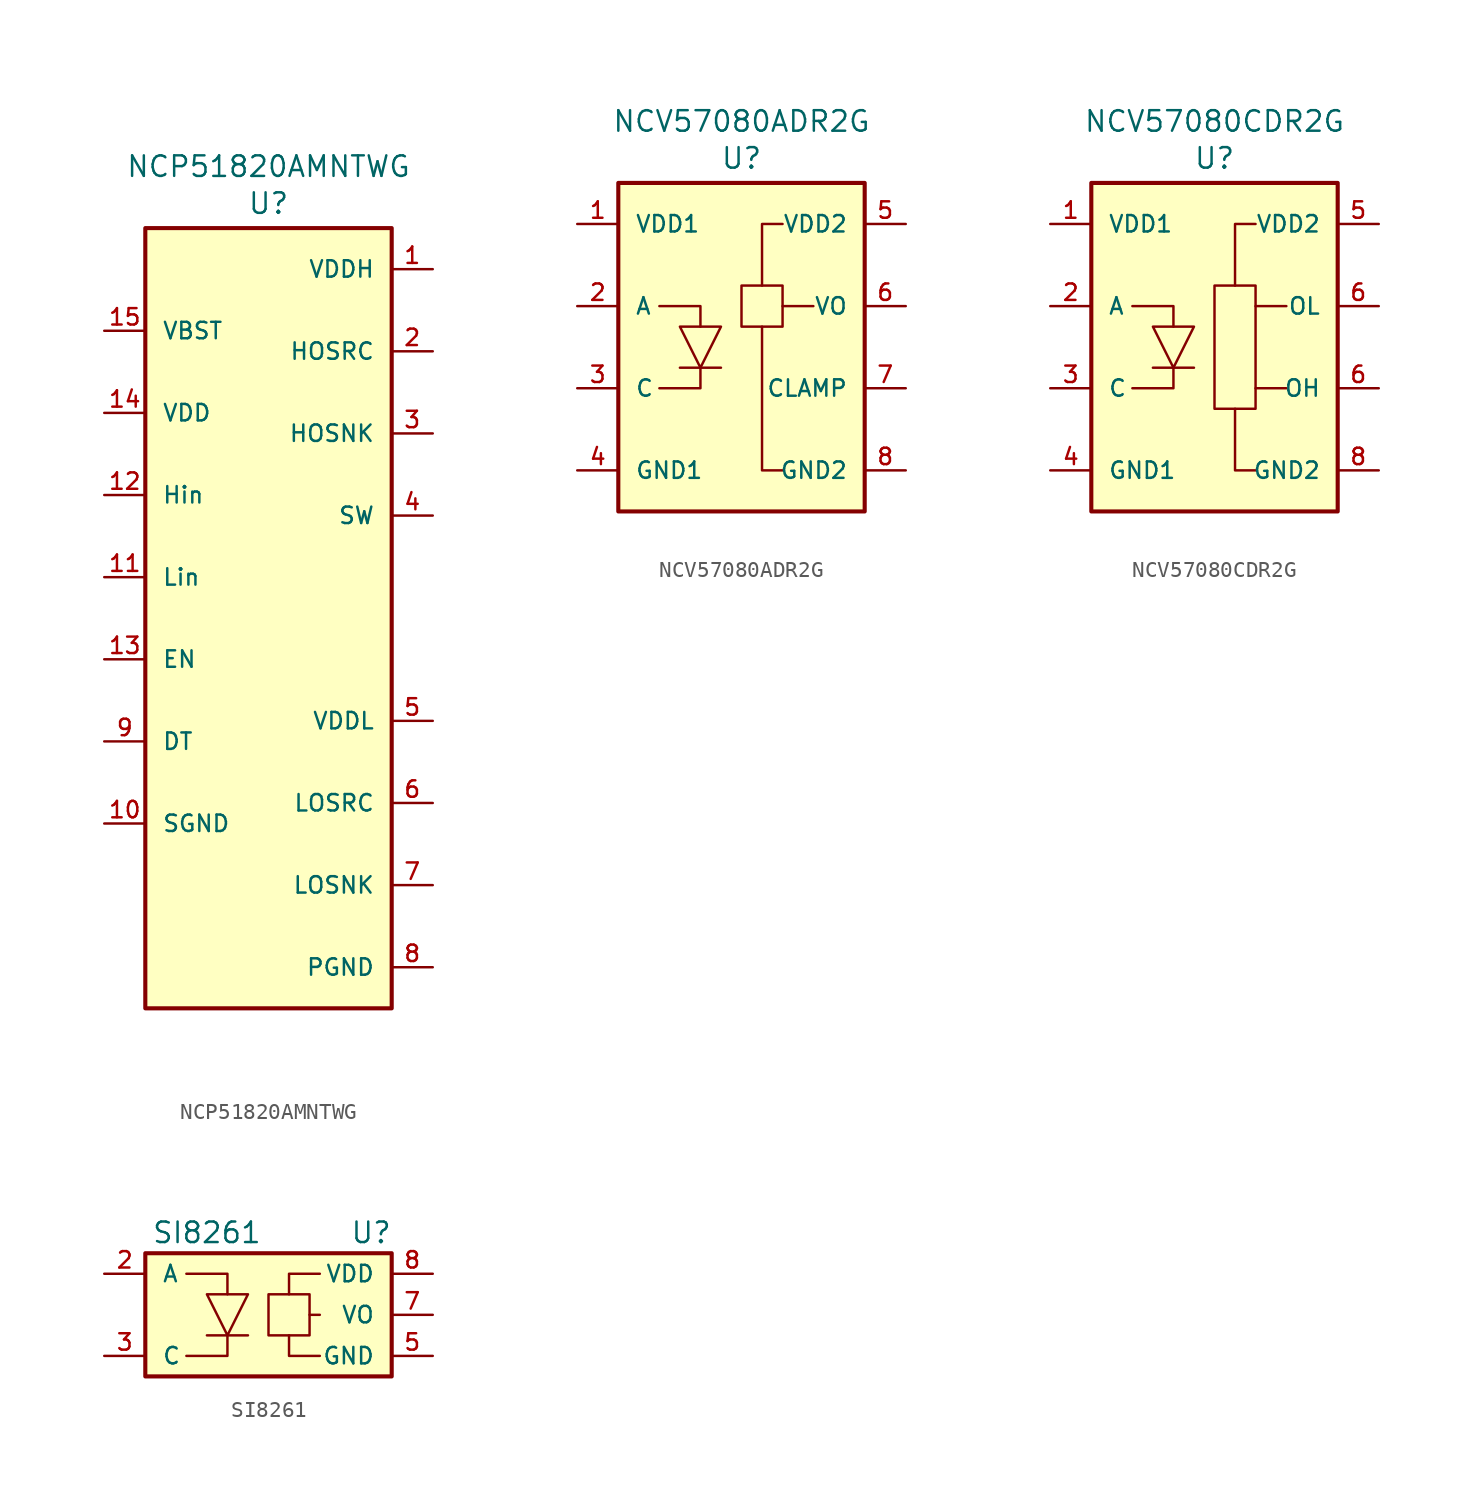
<source format=kicad_sym>
(kicad_symbol_lib
  (version 20231120)
  (generator "kicad_symbol_editor")
  (generator_version "8.0")
  (symbol "NCP51820AMNTWG"
    (pin_names
      (offset 1.016))
    (property "Reference" "U"
      (at 0 11.684 0)
      (effects (font (size 1.27 1.27))))
    (property "Value" "NCP51820AMNTWG"
      (at 0 13.97 0)
      (effects (font (size 1.27 1.27))))
    (symbol "NCP51820AMNTWG_0_0"
      (rectangle (start -7.62 10.16) (end 7.62 -38.1) (stroke (width 0.254) (type default)) (fill (type background))))
    (symbol "NCP51820AMNTWG_1_0"
      (pin output line (at 10.16 7.62 180) (length 2.54) (name "VDDH" (effects (font (size 1.016 1.016)))) (number "1" (effects (font (size 1.016 1.016)))))
      (pin power_in line (at -10.16 -26.67 0) (length 2.54) (name "SGND" (effects (font (size 1.016 1.016)))) (number "10" (effects (font (size 1.016 1.016)))))
      (pin input line (at -10.16 -11.43 0) (length 2.54) (name "Lin" (effects (font (size 1.016 1.016)))) (number "11" (effects (font (size 1.016 1.016)))))
      (pin input line (at -10.16 -6.35 0) (length 2.54) (name "Hin" (effects (font (size 1.016 1.016)))) (number "12" (effects (font (size 1.016 1.016)))))
      (pin input line (at -10.16 -16.51 0) (length 2.54) (name "EN" (effects (font (size 1.016 1.016)))) (number "13" (effects (font (size 1.016 1.016)))))
      (pin power_in line (at -10.16 -1.27 0) (length 2.54) (name "VDD" (effects (font (size 1.016 1.016)))) (number "14" (effects (font (size 1.016 1.016)))))
      (pin power_in line (at -10.16 3.81 0) (length 2.54) (name "VBST" (effects (font (size 1.016 1.016)))) (number "15" (effects (font (size 1.016 1.016)))))
      (pin output line (at 10.16 2.54 180) (length 2.54) (name "HOSRC" (effects (font (size 1.016 1.016)))) (number "2" (effects (font (size 1.016 1.016)))))
      (pin output line (at 10.16 -2.54 180) (length 2.54) (name "HOSNK" (effects (font (size 1.016 1.016)))) (number "3" (effects (font (size 1.016 1.016)))))
      (pin output line (at 10.16 -7.62 180) (length 2.54) (name "SW" (effects (font (size 1.016 1.016)))) (number "4" (effects (font (size 1.016 1.016)))))
      (pin output line (at 10.16 -20.32 180) (length 2.54) (name "VDDL" (effects (font (size 1.016 1.016)))) (number "5" (effects (font (size 1.016 1.016)))))
      (pin power_in line (at 10.16 -25.4 180) (length 2.54) (name "LOSRC" (effects (font (size 1.016 1.016)))) (number "6" (effects (font (size 1.016 1.016)))))
      (pin power_in line (at 10.16 -30.48 180) (length 2.54) (name "LOSNK" (effects (font (size 1.016 1.016)))) (number "7" (effects (font (size 1.016 1.016)))))
      (pin power_in line (at 10.16 -35.56 180) (length 2.54) (name "PGND" (effects (font (size 1.016 1.016)))) (number "8" (effects (font (size 1.016 1.016)))))
      (pin input line (at -10.16 -21.59 0) (length 2.54) (name "DT" (effects (font (size 1.016 1.016)))) (number "9" (effects (font (size 1.016 1.016)))))))
  (symbol "NCV57080ADR2G"
    (pin_names
      (offset 1.016))
    (property "Reference" "U"
      (at 0 11.684 0)
      (effects (font (size 1.27 1.27))))
    (property "Value" "NCV57080ADR2G"
      (at 0 13.97 0)
      (effects (font (size 1.27 1.27))))
    (symbol "NCV57080ADR2G_0_0"
      (rectangle (start -7.62 10.16) (end 7.62 -10.16) (stroke (width 0.254) (type default)) (fill (type background)))
      (pin input line (at -10.16 2.54 0) (length 2.54) (name "A" (effects (font (size 1.016 1.016)))) (number "2" (effects (font (size 1.016 1.016)))))
      (pin input line (at -10.16 -2.54 0) (length 2.54) (name "C" (effects (font (size 1.016 1.016)))) (number "3" (effects (font (size 1.016 1.016))))))
    (symbol "NCV57080ADR2G_0_1"
      (polyline (pts (xy -3.81 -1.27) (xy -1.27 -1.27)) (stroke (width 0) (type default)) (fill (type none)))
      (polyline (pts (xy 2.54 2.54) (xy 4.445 2.54)) (stroke (width 0) (type default)) (fill (type none)))
      (polyline (pts (xy -5.08 -2.54) (xy -2.54 -2.54) (xy -2.54 -1.27)) (stroke (width 0) (type default)) (fill (type none)))
      (polyline (pts (xy -5.08 2.54) (xy -2.54 2.54) (xy -2.54 1.27)) (stroke (width 0) (type default)) (fill (type none)))
      (polyline (pts (xy 1.27 1.27) (xy 1.27 -7.62) (xy 2.54 -7.62)) (stroke (width 0) (type default)) (fill (type none)))
      (polyline (pts (xy 1.27 3.81) (xy 1.27 7.62) (xy 2.54 7.62)) (stroke (width 0) (type default)) (fill (type none)))
      (polyline (pts (xy -3.81 1.27) (xy -1.27 1.27) (xy -2.54 -1.27) (xy -3.81 1.27)) (stroke (width 0) (type default)) (fill (type none)))
      (rectangle (start 0 3.81) (end 2.54 1.27) (stroke (width 0) (type default)) (fill (type none))))
    (symbol "NCV57080ADR2G_1_0"
      (pin input line (at -10.16 7.62 0) (length 2.54) (name "VDD1" (effects (font (size 1.016 1.016)))) (number "1" (effects (font (size 1.016 1.016)))))
      (pin input line (at -10.16 -7.62 0) (length 2.54) (name "GND1" (effects (font (size 1.016 1.016)))) (number "4" (effects (font (size 1.016 1.016)))))
      (pin power_in line (at 10.16 7.62 180) (length 2.54) (name "VDD2" (effects (font (size 1.016 1.016)))) (number "5" (effects (font (size 1.016 1.016)))))
      (pin output line (at 10.16 2.54 180) (length 2.54) (name "VO" (effects (font (size 1.016 1.016)))) (number "6" (effects (font (size 1.016 1.016)))))
      (pin bidirectional line (at 10.16 -2.54 180) (length 2.54) (name "CLAMP" (effects (font (size 1.016 1.016)))) (number "7" (effects (font (size 1.016 1.016)))))
      (pin power_in line (at 10.16 -7.62 180) (length 2.54) (name "GND2" (effects (font (size 1.016 1.016)))) (number "8" (effects (font (size 1.016 1.016)))))))
  (symbol "NCV57080CDR2G"
    (pin_names
      (offset 1.016))
    (property "Reference" "U"
      (at 0 11.684 0)
      (effects (font (size 1.27 1.27))))
    (property "Value" "NCV57080CDR2G"
      (at 0 13.97 0)
      (effects (font (size 1.27 1.27))))
    (symbol "NCV57080CDR2G_0_0"
      (rectangle (start -7.62 10.16) (end 7.62 -10.16) (stroke (width 0.254) (type default)) (fill (type background)))
      (pin input line (at -10.16 2.54 0) (length 2.54) (name "A" (effects (font (size 1.016 1.016)))) (number "2" (effects (font (size 1.016 1.016)))))
      (pin input line (at -10.16 -2.54 0) (length 2.54) (name "C" (effects (font (size 1.016 1.016)))) (number "3" (effects (font (size 1.016 1.016))))))
    (symbol "NCV57080CDR2G_0_1"
      (polyline (pts (xy -3.81 -1.27) (xy -1.27 -1.27)) (stroke (width 0) (type default)) (fill (type none)))
      (polyline (pts (xy 2.54 -2.54) (xy 4.445 -2.54)) (stroke (width 0) (type default)) (fill (type none)))
      (polyline (pts (xy 2.54 2.54) (xy 4.445 2.54)) (stroke (width 0) (type default)) (fill (type none)))
      (polyline (pts (xy -5.08 -2.54) (xy -2.54 -2.54) (xy -2.54 -1.27)) (stroke (width 0) (type default)) (fill (type none)))
      (polyline (pts (xy -5.08 2.54) (xy -2.54 2.54) (xy -2.54 1.27)) (stroke (width 0) (type default)) (fill (type none)))
      (polyline (pts (xy 1.27 -3.81) (xy 1.27 -7.62) (xy 2.54 -7.62)) (stroke (width 0) (type default)) (fill (type none)))
      (polyline (pts (xy 1.27 3.81) (xy 1.27 7.62) (xy 2.54 7.62)) (stroke (width 0) (type default)) (fill (type none)))
      (polyline (pts (xy -3.81 1.27) (xy -1.27 1.27) (xy -2.54 -1.27) (xy -3.81 1.27)) (stroke (width 0) (type default)) (fill (type none)))
      (rectangle (start 0 3.81) (end 2.54 -3.81) (stroke (width 0) (type default)) (fill (type none))))
    (symbol "NCV57080CDR2G_1_0"
      (pin input line (at -10.16 7.62 0) (length 2.54) (name "VDD1" (effects (font (size 1.016 1.016)))) (number "1" (effects (font (size 1.016 1.016)))))
      (pin input line (at -10.16 -7.62 0) (length 2.54) (name "GND1" (effects (font (size 1.016 1.016)))) (number "4" (effects (font (size 1.016 1.016)))))
      (pin power_in line (at 10.16 7.62 180) (length 2.54) (name "VDD2" (effects (font (size 1.016 1.016)))) (number "5" (effects (font (size 1.016 1.016)))))
      (pin output line (at 10.16 -2.54 180) (length 2.54) (name "OH" (effects (font (size 1.016 1.016)))) (number "6" (effects (font (size 1.016 1.016)))))
      (pin output line (at 10.16 2.54 180) (length 2.54) (name "OL" (effects (font (size 1.016 1.016)))) (number "6" (effects (font (size 1.016 1.016)))))
      (pin power_in line (at 10.16 -7.62 180) (length 2.54) (name "GND2" (effects (font (size 1.016 1.016)))) (number "8" (effects (font (size 1.016 1.016)))))))
  (symbol "SI8261"
    (pin_names
      (offset 1.016))
    (property "Reference" "U"
      (at 6.35 5.08 0)
      (effects (font (size 1.27 1.27))))
    (property "Value" "SI8261"
      (at -3.81 5.08 0)
      (effects (font (size 1.27 1.27))))
    (symbol "SI8261_0_0"
      (rectangle (start -7.62 3.81) (end 7.62 -3.81) (stroke (width 0.254) (type default)) (fill (type background)))
      (pin input line (at -10.16 2.54 0) (length 2.54) (name "A" (effects (font (size 1.016 1.016)))) (number "2" (effects (font (size 1.016 1.016)))))
      (pin input line (at -10.16 -2.54 0) (length 2.54) (name "C" (effects (font (size 1.016 1.016)))) (number "3" (effects (font (size 1.016 1.016)))))
      (pin power_in line (at 10.16 -2.54 180) (length 2.54) (name "GND" (effects (font (size 1.016 1.016)))) (number "5" (effects (font (size 1.016 1.016)))))
      (pin output line (at 10.16 0 180) (length 2.54) hide (name "VO" (effects (font (size 1.016 1.016)))) (number "6" (effects (font (size 1.016 1.016)))))
      (pin output line (at 10.16 0 180) (length 2.54) (name "VO" (effects (font (size 1.016 1.016)))) (number "7" (effects (font (size 1.016 1.016)))))
      (pin power_in line (at 10.16 2.54 180) (length 2.54) (name "VDD" (effects (font (size 1.016 1.016)))) (number "8" (effects (font (size 1.016 1.016))))))
    (symbol "SI8261_0_1"
      (polyline (pts (xy -3.81 -1.27) (xy -1.27 -1.27)) (stroke (width 0) (type default)) (fill (type none)))
      (polyline (pts (xy 2.54 0) (xy 3.175 0)) (stroke (width 0) (type default)) (fill (type none)))
      (polyline (pts (xy -5.08 -2.54) (xy -2.54 -2.54) (xy -2.54 -1.27)) (stroke (width 0) (type default)) (fill (type none)))
      (polyline (pts (xy -5.08 2.54) (xy -2.54 2.54) (xy -2.54 1.27)) (stroke (width 0) (type default)) (fill (type none)))
      (polyline (pts (xy 1.27 -1.27) (xy 1.27 -2.54) (xy 3.175 -2.54)) (stroke (width 0) (type default)) (fill (type none)))
      (polyline (pts (xy 1.27 1.27) (xy 1.27 2.54) (xy 3.175 2.54)) (stroke (width 0) (type default)) (fill (type none)))
      (polyline (pts (xy -3.81 1.27) (xy -1.27 1.27) (xy -2.54 -1.27) (xy -3.81 1.27)) (stroke (width 0) (type default)) (fill (type none)))
      (rectangle (start 0 1.27) (end 2.54 -1.27) (stroke (width 0) (type default)) (fill (type none))))))
</source>
